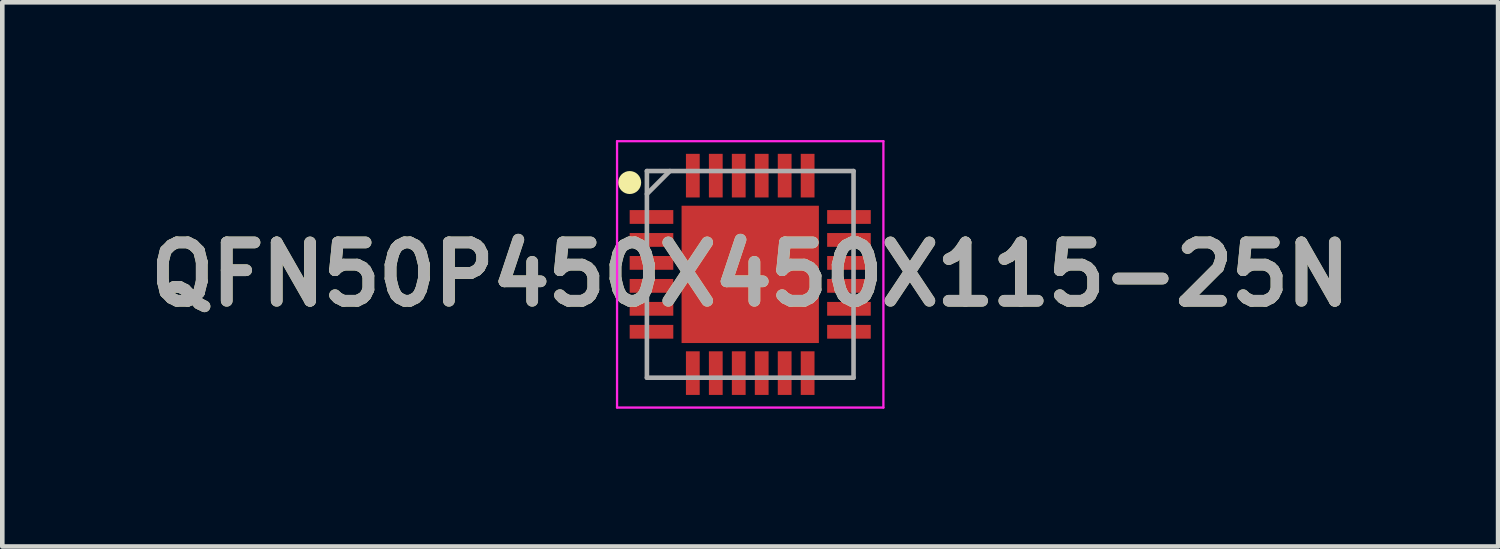
<source format=kicad_pcb>
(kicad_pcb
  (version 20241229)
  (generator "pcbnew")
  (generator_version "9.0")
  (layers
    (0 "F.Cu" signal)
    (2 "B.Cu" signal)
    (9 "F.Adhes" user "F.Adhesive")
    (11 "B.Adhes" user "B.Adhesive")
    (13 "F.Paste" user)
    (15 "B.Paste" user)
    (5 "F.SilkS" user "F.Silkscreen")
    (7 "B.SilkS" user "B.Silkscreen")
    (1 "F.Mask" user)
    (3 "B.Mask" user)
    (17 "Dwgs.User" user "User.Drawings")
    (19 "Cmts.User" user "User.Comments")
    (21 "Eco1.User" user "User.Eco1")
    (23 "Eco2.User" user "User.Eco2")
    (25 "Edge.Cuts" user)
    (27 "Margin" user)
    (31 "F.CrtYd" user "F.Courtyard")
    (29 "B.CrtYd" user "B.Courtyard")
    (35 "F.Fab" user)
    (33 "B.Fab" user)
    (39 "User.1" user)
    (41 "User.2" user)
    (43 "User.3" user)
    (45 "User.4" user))
  (footprint "QFN50P450X450X115-25N"
    (layer "F.Cu")
    (at 13.287 2.925)
    (property "Reference" "QFN50P450X450X115-25N" (at 0 0 0) (layer "F.SilkS") (effects (font (size 1.27 1.27) (thickness 0.254))))
    (attr smd)
    (fp_circle (center -2.625 -2) (end -2.625 -1.875) (stroke (width 0.25) (type solid)) (fill no) (layer "F.SilkS"))
    (fp_line (start -2.9 -2.9) (end 2.9 -2.9) (stroke (width 0.05) (type solid)) (layer "F.CrtYd"))
    (fp_line (start -2.9 2.9) (end -2.9 -2.9) (stroke (width 0.05) (type solid)) (layer "F.CrtYd"))
    (fp_line (start 2.9 -2.9) (end 2.9 2.9) (stroke (width 0.05) (type solid)) (layer "F.CrtYd"))
    (fp_line (start 2.9 2.9) (end -2.9 2.9) (stroke (width 0.05) (type solid)) (layer "F.CrtYd"))
    (fp_line (start -2.25 -2.25) (end 2.25 -2.25) (stroke (width 0.1) (type solid)) (layer "F.Fab"))
    (fp_line (start -2.25 -1.75) (end -1.75 -2.25) (stroke (width 0.1) (type solid)) (layer "F.Fab"))
    (fp_line (start -2.25 2.25) (end -2.25 -2.25) (stroke (width 0.1) (type solid)) (layer "F.Fab"))
    (fp_line (start 2.25 -2.25) (end 2.25 2.25) (stroke (width 0.1) (type solid)) (layer "F.Fab"))
    (fp_line (start 2.25 2.25) (end -2.25 2.25) (stroke (width 0.1) (type solid)) (layer "F.Fab"))
    (fp_text user "${REFERENCE}" (at 0 0 0) (layer "F.Fab") (effects (font (size 1.27 1.27) (thickness 0.254))))
    (pad "1" smd rect (at -2.15 -1.25 90) (size 0.3 0.95) (layers "F.Cu" "F.Mask" "F.Paste"))
    (pad "2" smd rect (at -2.15 -0.75 90) (size 0.3 0.95) (layers "F.Cu" "F.Mask" "F.Paste"))
    (pad "3" smd rect (at -2.15 -0.25 90) (size 0.3 0.95) (layers "F.Cu" "F.Mask" "F.Paste"))
    (pad "4" smd rect (at -2.15 0.25 90) (size 0.3 0.95) (layers "F.Cu" "F.Mask" "F.Paste"))
    (pad "5" smd rect (at -2.15 0.75 90) (size 0.3 0.95) (layers "F.Cu" "F.Mask" "F.Paste"))
    (pad "6" smd rect (at -2.15 1.25 90) (size 0.3 0.95) (layers "F.Cu" "F.Mask" "F.Paste"))
    (pad "7" smd rect (at -1.25 2.15) (size 0.3 0.95) (layers "F.Cu" "F.Mask" "F.Paste"))
    (pad "8" smd rect (at -0.75 2.15) (size 0.3 0.95) (layers "F.Cu" "F.Mask" "F.Paste"))
    (pad "9" smd rect (at -0.25 2.15) (size 0.3 0.95) (layers "F.Cu" "F.Mask" "F.Paste"))
    (pad "10" smd rect (at 0.25 2.15) (size 0.3 0.95) (layers "F.Cu" "F.Mask" "F.Paste"))
    (pad "11" smd rect (at 0.75 2.15) (size 0.3 0.95) (layers "F.Cu" "F.Mask" "F.Paste"))
    (pad "12" smd rect (at 1.25 2.15) (size 0.3 0.95) (layers "F.Cu" "F.Mask" "F.Paste"))
    (pad "13" smd rect (at 2.15 1.25 90) (size 0.3 0.95) (layers "F.Cu" "F.Mask" "F.Paste"))
    (pad "14" smd rect (at 2.15 0.75 90) (size 0.3 0.95) (layers "F.Cu" "F.Mask" "F.Paste"))
    (pad "15" smd rect (at 2.15 0.25 90) (size 0.3 0.95) (layers "F.Cu" "F.Mask" "F.Paste"))
    (pad "16" smd rect (at 2.15 -0.25 90) (size 0.3 0.95) (layers "F.Cu" "F.Mask" "F.Paste"))
    (pad "17" smd rect (at 2.15 -0.75 90) (size 0.3 0.95) (layers "F.Cu" "F.Mask" "F.Paste"))
    (pad "18" smd rect (at 2.15 -1.25 90) (size 0.3 0.95) (layers "F.Cu" "F.Mask" "F.Paste"))
    (pad "19" smd rect (at 1.25 -2.15) (size 0.3 0.95) (layers "F.Cu" "F.Mask" "F.Paste"))
    (pad "20" smd rect (at 0.75 -2.15) (size 0.3 0.95) (layers "F.Cu" "F.Mask" "F.Paste"))
    (pad "21" smd rect (at 0.25 -2.15) (size 0.3 0.95) (layers "F.Cu" "F.Mask" "F.Paste"))
    (pad "22" smd rect (at -0.25 -2.15) (size 0.3 0.95) (layers "F.Cu" "F.Mask" "F.Paste"))
    (pad "23" smd rect (at -0.75 -2.15) (size 0.3 0.95) (layers "F.Cu" "F.Mask" "F.Paste"))
    (pad "24" smd rect (at -1.25 -2.15) (size 0.3 0.95) (layers "F.Cu" "F.Mask" "F.Paste"))
    (pad "25" smd rect (at 0 0) (size 2.99 2.99) (layers "F.Cu" "F.Mask" "F.Paste")))
  (gr_rect
    (start -3 -3)
    (end 29.573 8.85)
    (stroke (width 0.1) (type default))
    (fill no)
    (layer "Edge.Cuts")))
</source>
